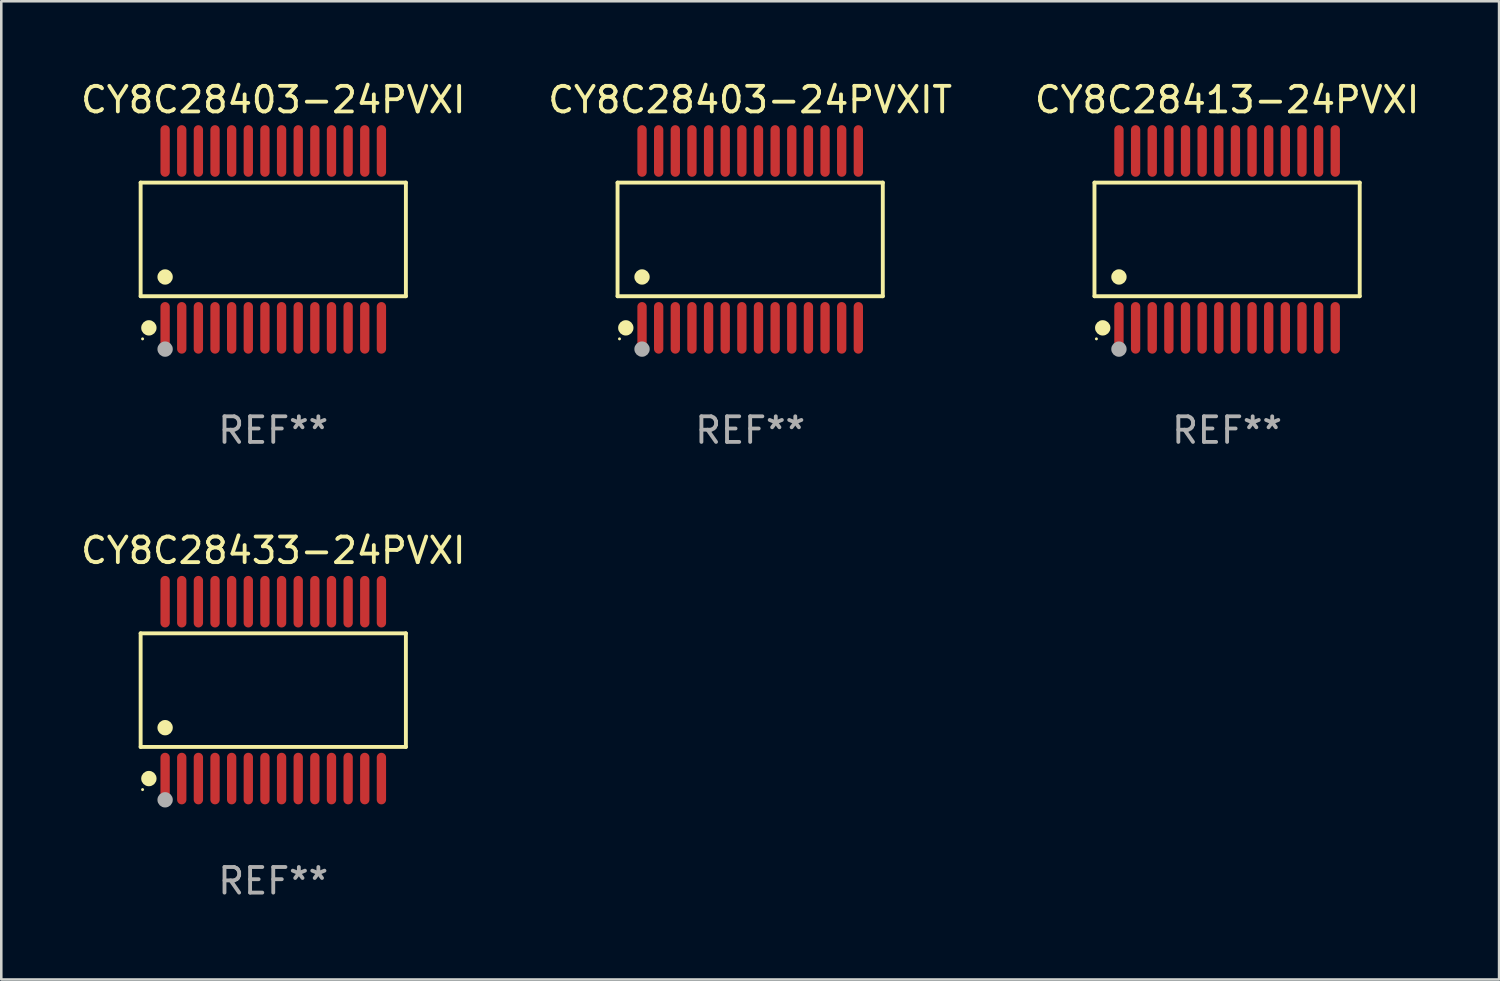
<source format=kicad_pcb>
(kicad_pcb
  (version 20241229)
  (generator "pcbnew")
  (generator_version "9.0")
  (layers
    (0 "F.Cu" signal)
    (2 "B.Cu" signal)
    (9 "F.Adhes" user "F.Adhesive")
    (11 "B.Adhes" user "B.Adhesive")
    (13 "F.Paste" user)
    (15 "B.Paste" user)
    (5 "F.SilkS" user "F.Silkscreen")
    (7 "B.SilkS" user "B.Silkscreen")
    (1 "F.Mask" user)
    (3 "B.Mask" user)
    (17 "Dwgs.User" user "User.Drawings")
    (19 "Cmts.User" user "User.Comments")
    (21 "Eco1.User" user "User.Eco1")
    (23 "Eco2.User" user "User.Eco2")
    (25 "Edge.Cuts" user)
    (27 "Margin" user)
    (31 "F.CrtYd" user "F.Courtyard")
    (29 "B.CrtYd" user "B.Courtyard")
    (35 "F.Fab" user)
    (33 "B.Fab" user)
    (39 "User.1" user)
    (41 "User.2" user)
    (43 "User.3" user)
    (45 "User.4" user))
  (footprint "CY8C28403-24PVXI"
    (layer "F.Cu")
    (at 7.625 6.303)
    (property "Reference" "CY8C28403-24PVXI" (at 0 -5.455 0) (layer "F.SilkS") (effects (font (size 1 1) (thickness 0.15))))
    (attr through_hole)
    (fp_line (start -5.181 -2.219) (end 5.181 -2.219) (stroke (width 0.152) (type solid)) (layer "F.SilkS"))
    (fp_line (start -5.181 2.219) (end -5.181 -2.219) (stroke (width 0.152) (type solid)) (layer "F.SilkS"))
    (fp_line (start 5.181 -2.219) (end 5.181 2.219) (stroke (width 0.152) (type solid)) (layer "F.SilkS"))
    (fp_line (start 5.181 2.219) (end -5.181 2.219) (stroke (width 0.152) (type solid)) (layer "F.SilkS"))
    (fp_circle (center -5.105 3.885) (end -5.075 3.885) (stroke (width 0.06) (type solid)) (fill no) (layer "F.SilkS"))
    (fp_circle (center -4.859 3.455) (end -4.709 3.455) (stroke (width 0.3) (type solid)) (fill no) (layer "F.SilkS"))
    (fp_circle (center -4.225 1.467) (end -4.075 1.467) (stroke (width 0.3) (type solid)) (fill no) (layer "F.SilkS"))
    (fp_circle (center -4.225 4.285) (end -4.075 4.285) (stroke (width 0.3) (type solid)) (fill no) (layer "F.Fab"))
    (fp_text user "REF**" (at 0 7.455 0) (layer "F.Fab") (effects (font (size 1 1) (thickness 0.15))))
    (pad "1" smd oval (at -4.225 3.455) (size 0.364 2.015) (layers "F.Cu" "F.Mask" "F.Paste"))
    (pad "2" smd oval (at -3.575 3.455) (size 0.364 2.015) (layers "F.Cu" "F.Mask" "F.Paste"))
    (pad "3" smd oval (at -2.925 3.455) (size 0.364 2.015) (layers "F.Cu" "F.Mask" "F.Paste"))
    (pad "4" smd oval (at -2.275 3.455) (size 0.364 2.015) (layers "F.Cu" "F.Mask" "F.Paste"))
    (pad "5" smd oval (at -1.625 3.455) (size 0.364 2.015) (layers "F.Cu" "F.Mask" "F.Paste"))
    (pad "6" smd oval (at -0.975 3.455) (size 0.364 2.015) (layers "F.Cu" "F.Mask" "F.Paste"))
    (pad "7" smd oval (at -0.325 3.455) (size 0.364 2.015) (layers "F.Cu" "F.Mask" "F.Paste"))
    (pad "8" smd oval (at 0.325 3.455) (size 0.364 2.015) (layers "F.Cu" "F.Mask" "F.Paste"))
    (pad "9" smd oval (at 0.975 3.455) (size 0.364 2.015) (layers "F.Cu" "F.Mask" "F.Paste"))
    (pad "10" smd oval (at 1.625 3.455) (size 0.364 2.015) (layers "F.Cu" "F.Mask" "F.Paste"))
    (pad "11" smd oval (at 2.275 3.455) (size 0.364 2.015) (layers "F.Cu" "F.Mask" "F.Paste"))
    (pad "12" smd oval (at 2.925 3.455) (size 0.364 2.015) (layers "F.Cu" "F.Mask" "F.Paste"))
    (pad "13" smd oval (at 3.575 3.455) (size 0.364 2.015) (layers "F.Cu" "F.Mask" "F.Paste"))
    (pad "14" smd oval (at 4.225 3.455) (size 0.364 2.015) (layers "F.Cu" "F.Mask" "F.Paste"))
    (pad "15" smd oval (at 4.225 -3.455) (size 0.364 2.015) (layers "F.Cu" "F.Mask" "F.Paste"))
    (pad "16" smd oval (at 3.575 -3.455) (size 0.364 2.015) (layers "F.Cu" "F.Mask" "F.Paste"))
    (pad "17" smd oval (at 2.925 -3.455) (size 0.364 2.015) (layers "F.Cu" "F.Mask" "F.Paste"))
    (pad "18" smd oval (at 2.275 -3.455) (size 0.364 2.015) (layers "F.Cu" "F.Mask" "F.Paste"))
    (pad "19" smd oval (at 1.625 -3.455) (size 0.364 2.015) (layers "F.Cu" "F.Mask" "F.Paste"))
    (pad "20" smd oval (at 0.975 -3.455) (size 0.364 2.015) (layers "F.Cu" "F.Mask" "F.Paste"))
    (pad "21" smd oval (at 0.325 -3.455) (size 0.364 2.015) (layers "F.Cu" "F.Mask" "F.Paste"))
    (pad "22" smd oval (at -0.325 -3.455) (size 0.364 2.015) (layers "F.Cu" "F.Mask" "F.Paste"))
    (pad "23" smd oval (at -0.975 -3.455) (size 0.364 2.015) (layers "F.Cu" "F.Mask" "F.Paste"))
    (pad "24" smd oval (at -1.625 -3.455) (size 0.364 2.015) (layers "F.Cu" "F.Mask" "F.Paste"))
    (pad "25" smd oval (at -2.275 -3.455) (size 0.364 2.015) (layers "F.Cu" "F.Mask" "F.Paste"))
    (pad "26" smd oval (at -2.925 -3.455) (size 0.364 2.015) (layers "F.Cu" "F.Mask" "F.Paste"))
    (pad "27" smd oval (at -3.575 -3.455) (size 0.364 2.015) (layers "F.Cu" "F.Mask" "F.Paste"))
    (pad "28" smd oval (at -4.225 -3.455) (size 0.364 2.015) (layers "F.Cu" "F.Mask" "F.Paste")))
  (footprint "CY8C28413-24PVXI"
    (layer "F.Cu")
    (at 44.887 6.303)
    (property "Reference" "CY8C28413-24PVXI" (at 0 -5.455 0) (layer "F.SilkS") (effects (font (size 1 1) (thickness 0.15))))
    (attr through_hole)
    (fp_line (start -5.181 -2.219) (end 5.181 -2.219) (stroke (width 0.152) (type solid)) (layer "F.SilkS"))
    (fp_line (start -5.181 2.219) (end -5.181 -2.219) (stroke (width 0.152) (type solid)) (layer "F.SilkS"))
    (fp_line (start 5.181 -2.219) (end 5.181 2.219) (stroke (width 0.152) (type solid)) (layer "F.SilkS"))
    (fp_line (start 5.181 2.219) (end -5.181 2.219) (stroke (width 0.152) (type solid)) (layer "F.SilkS"))
    (fp_circle (center -5.105 3.885) (end -5.075 3.885) (stroke (width 0.06) (type solid)) (fill no) (layer "F.SilkS"))
    (fp_circle (center -4.859 3.455) (end -4.709 3.455) (stroke (width 0.3) (type solid)) (fill no) (layer "F.SilkS"))
    (fp_circle (center -4.225 1.467) (end -4.075 1.467) (stroke (width 0.3) (type solid)) (fill no) (layer "F.SilkS"))
    (fp_circle (center -4.225 4.285) (end -4.075 4.285) (stroke (width 0.3) (type solid)) (fill no) (layer "F.Fab"))
    (fp_text user "REF**" (at 0 7.455 0) (layer "F.Fab") (effects (font (size 1 1) (thickness 0.15))))
    (pad "1" smd oval (at -4.225 3.455) (size 0.364 2.015) (layers "F.Cu" "F.Mask" "F.Paste"))
    (pad "2" smd oval (at -3.575 3.455) (size 0.364 2.015) (layers "F.Cu" "F.Mask" "F.Paste"))
    (pad "3" smd oval (at -2.925 3.455) (size 0.364 2.015) (layers "F.Cu" "F.Mask" "F.Paste"))
    (pad "4" smd oval (at -2.275 3.455) (size 0.364 2.015) (layers "F.Cu" "F.Mask" "F.Paste"))
    (pad "5" smd oval (at -1.625 3.455) (size 0.364 2.015) (layers "F.Cu" "F.Mask" "F.Paste"))
    (pad "6" smd oval (at -0.975 3.455) (size 0.364 2.015) (layers "F.Cu" "F.Mask" "F.Paste"))
    (pad "7" smd oval (at -0.325 3.455) (size 0.364 2.015) (layers "F.Cu" "F.Mask" "F.Paste"))
    (pad "8" smd oval (at 0.325 3.455) (size 0.364 2.015) (layers "F.Cu" "F.Mask" "F.Paste"))
    (pad "9" smd oval (at 0.975 3.455) (size 0.364 2.015) (layers "F.Cu" "F.Mask" "F.Paste"))
    (pad "10" smd oval (at 1.625 3.455) (size 0.364 2.015) (layers "F.Cu" "F.Mask" "F.Paste"))
    (pad "11" smd oval (at 2.275 3.455) (size 0.364 2.015) (layers "F.Cu" "F.Mask" "F.Paste"))
    (pad "12" smd oval (at 2.925 3.455) (size 0.364 2.015) (layers "F.Cu" "F.Mask" "F.Paste"))
    (pad "13" smd oval (at 3.575 3.455) (size 0.364 2.015) (layers "F.Cu" "F.Mask" "F.Paste"))
    (pad "14" smd oval (at 4.225 3.455) (size 0.364 2.015) (layers "F.Cu" "F.Mask" "F.Paste"))
    (pad "15" smd oval (at 4.225 -3.455) (size 0.364 2.015) (layers "F.Cu" "F.Mask" "F.Paste"))
    (pad "16" smd oval (at 3.575 -3.455) (size 0.364 2.015) (layers "F.Cu" "F.Mask" "F.Paste"))
    (pad "17" smd oval (at 2.925 -3.455) (size 0.364 2.015) (layers "F.Cu" "F.Mask" "F.Paste"))
    (pad "18" smd oval (at 2.275 -3.455) (size 0.364 2.015) (layers "F.Cu" "F.Mask" "F.Paste"))
    (pad "19" smd oval (at 1.625 -3.455) (size 0.364 2.015) (layers "F.Cu" "F.Mask" "F.Paste"))
    (pad "20" smd oval (at 0.975 -3.455) (size 0.364 2.015) (layers "F.Cu" "F.Mask" "F.Paste"))
    (pad "21" smd oval (at 0.325 -3.455) (size 0.364 2.015) (layers "F.Cu" "F.Mask" "F.Paste"))
    (pad "22" smd oval (at -0.325 -3.455) (size 0.364 2.015) (layers "F.Cu" "F.Mask" "F.Paste"))
    (pad "23" smd oval (at -0.975 -3.455) (size 0.364 2.015) (layers "F.Cu" "F.Mask" "F.Paste"))
    (pad "24" smd oval (at -1.625 -3.455) (size 0.364 2.015) (layers "F.Cu" "F.Mask" "F.Paste"))
    (pad "25" smd oval (at -2.275 -3.455) (size 0.364 2.015) (layers "F.Cu" "F.Mask" "F.Paste"))
    (pad "26" smd oval (at -2.925 -3.455) (size 0.364 2.015) (layers "F.Cu" "F.Mask" "F.Paste"))
    (pad "27" smd oval (at -3.575 -3.455) (size 0.364 2.015) (layers "F.Cu" "F.Mask" "F.Paste"))
    (pad "28" smd oval (at -4.225 -3.455) (size 0.364 2.015) (layers "F.Cu" "F.Mask" "F.Paste")))
  (footprint "CY8C28433-24PVXI"
    (layer "F.Cu")
    (at 7.625 23.91)
    (property "Reference" "CY8C28433-24PVXI" (at 0 -5.455 0) (layer "F.SilkS") (effects (font (size 1 1) (thickness 0.15))))
    (attr through_hole)
    (fp_line (start -5.181 -2.219) (end 5.181 -2.219) (stroke (width 0.152) (type solid)) (layer "F.SilkS"))
    (fp_line (start -5.181 2.219) (end -5.181 -2.219) (stroke (width 0.152) (type solid)) (layer "F.SilkS"))
    (fp_line (start 5.181 -2.219) (end 5.181 2.219) (stroke (width 0.152) (type solid)) (layer "F.SilkS"))
    (fp_line (start 5.181 2.219) (end -5.181 2.219) (stroke (width 0.152) (type solid)) (layer "F.SilkS"))
    (fp_circle (center -5.105 3.885) (end -5.075 3.885) (stroke (width 0.06) (type solid)) (fill no) (layer "F.SilkS"))
    (fp_circle (center -4.859 3.455) (end -4.709 3.455) (stroke (width 0.3) (type solid)) (fill no) (layer "F.SilkS"))
    (fp_circle (center -4.225 1.467) (end -4.075 1.467) (stroke (width 0.3) (type solid)) (fill no) (layer "F.SilkS"))
    (fp_circle (center -4.225 4.285) (end -4.075 4.285) (stroke (width 0.3) (type solid)) (fill no) (layer "F.Fab"))
    (fp_text user "REF**" (at 0 7.455 0) (layer "F.Fab") (effects (font (size 1 1) (thickness 0.15))))
    (pad "1" smd oval (at -4.225 3.455) (size 0.364 2.015) (layers "F.Cu" "F.Mask" "F.Paste"))
    (pad "2" smd oval (at -3.575 3.455) (size 0.364 2.015) (layers "F.Cu" "F.Mask" "F.Paste"))
    (pad "3" smd oval (at -2.925 3.455) (size 0.364 2.015) (layers "F.Cu" "F.Mask" "F.Paste"))
    (pad "4" smd oval (at -2.275 3.455) (size 0.364 2.015) (layers "F.Cu" "F.Mask" "F.Paste"))
    (pad "5" smd oval (at -1.625 3.455) (size 0.364 2.015) (layers "F.Cu" "F.Mask" "F.Paste"))
    (pad "6" smd oval (at -0.975 3.455) (size 0.364 2.015) (layers "F.Cu" "F.Mask" "F.Paste"))
    (pad "7" smd oval (at -0.325 3.455) (size 0.364 2.015) (layers "F.Cu" "F.Mask" "F.Paste"))
    (pad "8" smd oval (at 0.325 3.455) (size 0.364 2.015) (layers "F.Cu" "F.Mask" "F.Paste"))
    (pad "9" smd oval (at 0.975 3.455) (size 0.364 2.015) (layers "F.Cu" "F.Mask" "F.Paste"))
    (pad "10" smd oval (at 1.625 3.455) (size 0.364 2.015) (layers "F.Cu" "F.Mask" "F.Paste"))
    (pad "11" smd oval (at 2.275 3.455) (size 0.364 2.015) (layers "F.Cu" "F.Mask" "F.Paste"))
    (pad "12" smd oval (at 2.925 3.455) (size 0.364 2.015) (layers "F.Cu" "F.Mask" "F.Paste"))
    (pad "13" smd oval (at 3.575 3.455) (size 0.364 2.015) (layers "F.Cu" "F.Mask" "F.Paste"))
    (pad "14" smd oval (at 4.225 3.455) (size 0.364 2.015) (layers "F.Cu" "F.Mask" "F.Paste"))
    (pad "15" smd oval (at 4.225 -3.455) (size 0.364 2.015) (layers "F.Cu" "F.Mask" "F.Paste"))
    (pad "16" smd oval (at 3.575 -3.455) (size 0.364 2.015) (layers "F.Cu" "F.Mask" "F.Paste"))
    (pad "17" smd oval (at 2.925 -3.455) (size 0.364 2.015) (layers "F.Cu" "F.Mask" "F.Paste"))
    (pad "18" smd oval (at 2.275 -3.455) (size 0.364 2.015) (layers "F.Cu" "F.Mask" "F.Paste"))
    (pad "19" smd oval (at 1.625 -3.455) (size 0.364 2.015) (layers "F.Cu" "F.Mask" "F.Paste"))
    (pad "20" smd oval (at 0.975 -3.455) (size 0.364 2.015) (layers "F.Cu" "F.Mask" "F.Paste"))
    (pad "21" smd oval (at 0.325 -3.455) (size 0.364 2.015) (layers "F.Cu" "F.Mask" "F.Paste"))
    (pad "22" smd oval (at -0.325 -3.455) (size 0.364 2.015) (layers "F.Cu" "F.Mask" "F.Paste"))
    (pad "23" smd oval (at -0.975 -3.455) (size 0.364 2.015) (layers "F.Cu" "F.Mask" "F.Paste"))
    (pad "24" smd oval (at -1.625 -3.455) (size 0.364 2.015) (layers "F.Cu" "F.Mask" "F.Paste"))
    (pad "25" smd oval (at -2.275 -3.455) (size 0.364 2.015) (layers "F.Cu" "F.Mask" "F.Paste"))
    (pad "26" smd oval (at -2.925 -3.455) (size 0.364 2.015) (layers "F.Cu" "F.Mask" "F.Paste"))
    (pad "27" smd oval (at -3.575 -3.455) (size 0.364 2.015) (layers "F.Cu" "F.Mask" "F.Paste"))
    (pad "28" smd oval (at -4.225 -3.455) (size 0.364 2.015) (layers "F.Cu" "F.Mask" "F.Paste")))
  (footprint "CY8C28403-24PVXIT"
    (layer "F.Cu")
    (at 26.256 6.303)
    (property "Reference" "CY8C28403-24PVXIT" (at 0 -5.455 0) (layer "F.SilkS") (effects (font (size 1 1) (thickness 0.15))))
    (attr through_hole)
    (fp_line (start -5.181 -2.219) (end 5.181 -2.219) (stroke (width 0.152) (type solid)) (layer "F.SilkS"))
    (fp_line (start -5.181 2.219) (end -5.181 -2.219) (stroke (width 0.152) (type solid)) (layer "F.SilkS"))
    (fp_line (start 5.181 -2.219) (end 5.181 2.219) (stroke (width 0.152) (type solid)) (layer "F.SilkS"))
    (fp_line (start 5.181 2.219) (end -5.181 2.219) (stroke (width 0.152) (type solid)) (layer "F.SilkS"))
    (fp_circle (center -5.105 3.885) (end -5.075 3.885) (stroke (width 0.06) (type solid)) (fill no) (layer "F.SilkS"))
    (fp_circle (center -4.859 3.455) (end -4.709 3.455) (stroke (width 0.3) (type solid)) (fill no) (layer "F.SilkS"))
    (fp_circle (center -4.225 1.467) (end -4.075 1.467) (stroke (width 0.3) (type solid)) (fill no) (layer "F.SilkS"))
    (fp_circle (center -4.225 4.285) (end -4.075 4.285) (stroke (width 0.3) (type solid)) (fill no) (layer "F.Fab"))
    (fp_text user "REF**" (at 0 7.455 0) (layer "F.Fab") (effects (font (size 1 1) (thickness 0.15))))
    (pad "1" smd oval (at -4.225 3.455) (size 0.364 2.015) (layers "F.Cu" "F.Mask" "F.Paste"))
    (pad "2" smd oval (at -3.575 3.455) (size 0.364 2.015) (layers "F.Cu" "F.Mask" "F.Paste"))
    (pad "3" smd oval (at -2.925 3.455) (size 0.364 2.015) (layers "F.Cu" "F.Mask" "F.Paste"))
    (pad "4" smd oval (at -2.275 3.455) (size 0.364 2.015) (layers "F.Cu" "F.Mask" "F.Paste"))
    (pad "5" smd oval (at -1.625 3.455) (size 0.364 2.015) (layers "F.Cu" "F.Mask" "F.Paste"))
    (pad "6" smd oval (at -0.975 3.455) (size 0.364 2.015) (layers "F.Cu" "F.Mask" "F.Paste"))
    (pad "7" smd oval (at -0.325 3.455) (size 0.364 2.015) (layers "F.Cu" "F.Mask" "F.Paste"))
    (pad "8" smd oval (at 0.325 3.455) (size 0.364 2.015) (layers "F.Cu" "F.Mask" "F.Paste"))
    (pad "9" smd oval (at 0.975 3.455) (size 0.364 2.015) (layers "F.Cu" "F.Mask" "F.Paste"))
    (pad "10" smd oval (at 1.625 3.455) (size 0.364 2.015) (layers "F.Cu" "F.Mask" "F.Paste"))
    (pad "11" smd oval (at 2.275 3.455) (size 0.364 2.015) (layers "F.Cu" "F.Mask" "F.Paste"))
    (pad "12" smd oval (at 2.925 3.455) (size 0.364 2.015) (layers "F.Cu" "F.Mask" "F.Paste"))
    (pad "13" smd oval (at 3.575 3.455) (size 0.364 2.015) (layers "F.Cu" "F.Mask" "F.Paste"))
    (pad "14" smd oval (at 4.225 3.455) (size 0.364 2.015) (layers "F.Cu" "F.Mask" "F.Paste"))
    (pad "15" smd oval (at 4.225 -3.455) (size 0.364 2.015) (layers "F.Cu" "F.Mask" "F.Paste"))
    (pad "16" smd oval (at 3.575 -3.455) (size 0.364 2.015) (layers "F.Cu" "F.Mask" "F.Paste"))
    (pad "17" smd oval (at 2.925 -3.455) (size 0.364 2.015) (layers "F.Cu" "F.Mask" "F.Paste"))
    (pad "18" smd oval (at 2.275 -3.455) (size 0.364 2.015) (layers "F.Cu" "F.Mask" "F.Paste"))
    (pad "19" smd oval (at 1.625 -3.455) (size 0.364 2.015) (layers "F.Cu" "F.Mask" "F.Paste"))
    (pad "20" smd oval (at 0.975 -3.455) (size 0.364 2.015) (layers "F.Cu" "F.Mask" "F.Paste"))
    (pad "21" smd oval (at 0.325 -3.455) (size 0.364 2.015) (layers "F.Cu" "F.Mask" "F.Paste"))
    (pad "22" smd oval (at -0.325 -3.455) (size 0.364 2.015) (layers "F.Cu" "F.Mask" "F.Paste"))
    (pad "23" smd oval (at -0.975 -3.455) (size 0.364 2.015) (layers "F.Cu" "F.Mask" "F.Paste"))
    (pad "24" smd oval (at -1.625 -3.455) (size 0.364 2.015) (layers "F.Cu" "F.Mask" "F.Paste"))
    (pad "25" smd oval (at -2.275 -3.455) (size 0.364 2.015) (layers "F.Cu" "F.Mask" "F.Paste"))
    (pad "26" smd oval (at -2.925 -3.455) (size 0.364 2.015) (layers "F.Cu" "F.Mask" "F.Paste"))
    (pad "27" smd oval (at -3.575 -3.455) (size 0.364 2.015) (layers "F.Cu" "F.Mask" "F.Paste"))
    (pad "28" smd oval (at -4.225 -3.455) (size 0.364 2.015) (layers "F.Cu" "F.Mask" "F.Paste")))
  (gr_rect
    (start -3 -3)
    (end 55.512 35.214)
    (stroke (width 0.1) (type default))
    (fill no)
    (layer "Edge.Cuts")))
</source>
